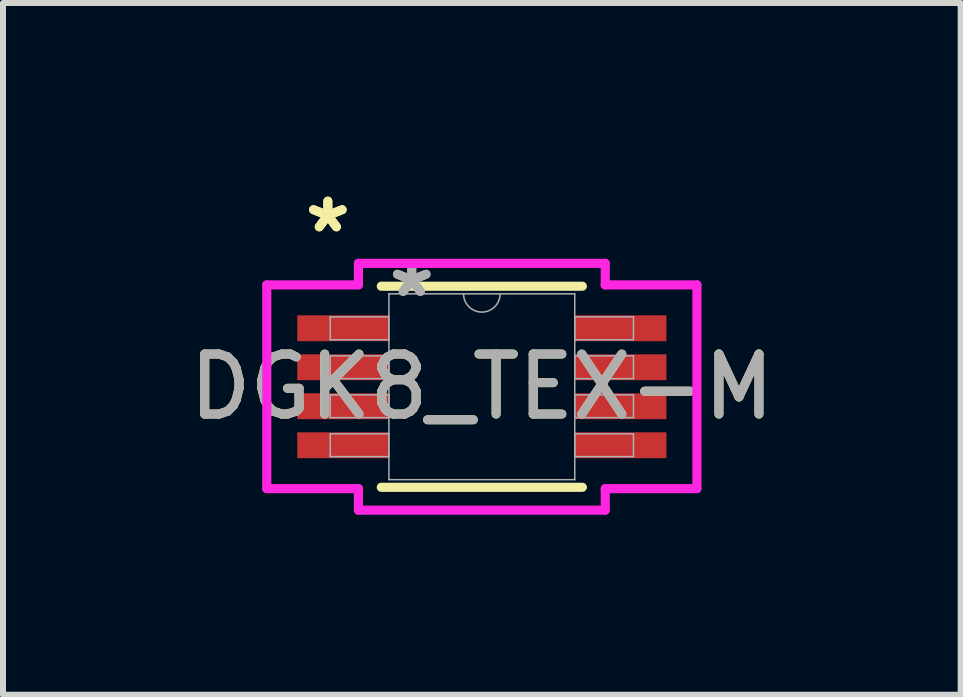
<source format=kicad_pcb>
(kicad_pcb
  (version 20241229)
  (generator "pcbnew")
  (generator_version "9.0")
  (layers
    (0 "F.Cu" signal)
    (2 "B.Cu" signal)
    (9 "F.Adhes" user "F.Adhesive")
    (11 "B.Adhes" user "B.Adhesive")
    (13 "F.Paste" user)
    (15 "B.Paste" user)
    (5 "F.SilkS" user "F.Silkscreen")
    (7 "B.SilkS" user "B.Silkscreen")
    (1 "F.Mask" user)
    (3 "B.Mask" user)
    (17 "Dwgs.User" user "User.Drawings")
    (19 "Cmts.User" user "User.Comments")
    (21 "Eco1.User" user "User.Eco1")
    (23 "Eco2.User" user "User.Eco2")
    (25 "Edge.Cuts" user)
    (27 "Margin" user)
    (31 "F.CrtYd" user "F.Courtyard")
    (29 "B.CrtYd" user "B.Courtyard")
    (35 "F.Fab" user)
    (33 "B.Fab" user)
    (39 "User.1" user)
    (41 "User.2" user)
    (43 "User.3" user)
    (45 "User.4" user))
  (footprint "DGK8_TEX-M"
    (layer "F.Cu")
    (at 4.982 3.397)
    (property "Reference" "DGK8_TEX-M" (at 0 0 0) (unlocked yes) (layer "F.SilkS") (effects (font (size 1 1) (thickness 0.15))))
    (attr smd)
    (fp_line (start -1.676 1.676) (end 1.676 1.676) (stroke (width 0.152) (type solid)) (layer "F.SilkS"))
    (fp_line (start 1.676 -1.676) (end -1.676 -1.676) (stroke (width 0.152) (type solid)) (layer "F.SilkS"))
    (fp_line (start -3.585 -1.698) (end -2.057 -1.698) (stroke (width 0.152) (type solid)) (layer "F.CrtYd"))
    (fp_line (start -3.585 1.698) (end -3.585 -1.698) (stroke (width 0.152) (type solid)) (layer "F.CrtYd"))
    (fp_line (start -3.585 1.698) (end -2.057 1.698) (stroke (width 0.152) (type solid)) (layer "F.CrtYd"))
    (fp_line (start -2.057 -2.057) (end 2.057 -2.057) (stroke (width 0.152) (type solid)) (layer "F.CrtYd"))
    (fp_line (start -2.057 -1.698) (end -2.057 -2.057) (stroke (width 0.152) (type solid)) (layer "F.CrtYd"))
    (fp_line (start -2.057 2.057) (end -2.057 1.698) (stroke (width 0.152) (type solid)) (layer "F.CrtYd"))
    (fp_line (start 2.057 -2.057) (end 2.057 -1.698) (stroke (width 0.152) (type solid)) (layer "F.CrtYd"))
    (fp_line (start 2.057 1.698) (end 2.057 2.057) (stroke (width 0.152) (type solid)) (layer "F.CrtYd"))
    (fp_line (start 2.057 2.057) (end -2.057 2.057) (stroke (width 0.152) (type solid)) (layer "F.CrtYd"))
    (fp_line (start 3.585 -1.698) (end 2.057 -1.698) (stroke (width 0.152) (type solid)) (layer "F.CrtYd"))
    (fp_line (start 3.585 -1.698) (end 3.585 1.698) (stroke (width 0.152) (type solid)) (layer "F.CrtYd"))
    (fp_line (start 3.585 1.698) (end 2.057 1.698) (stroke (width 0.152) (type solid)) (layer "F.CrtYd"))
    (fp_line (start -2.527 -1.165) (end -2.527 -0.784) (stroke (width 0.025) (type solid)) (layer "F.Fab"))
    (fp_line (start -2.527 -0.784) (end -1.549 -0.784) (stroke (width 0.025) (type solid)) (layer "F.Fab"))
    (fp_line (start -2.527 -0.515) (end -2.527 -0.135) (stroke (width 0.025) (type solid)) (layer "F.Fab"))
    (fp_line (start -2.527 -0.135) (end -1.549 -0.135) (stroke (width 0.025) (type solid)) (layer "F.Fab"))
    (fp_line (start -2.527 0.135) (end -2.527 0.515) (stroke (width 0.025) (type solid)) (layer "F.Fab"))
    (fp_line (start -2.527 0.515) (end -1.549 0.515) (stroke (width 0.025) (type solid)) (layer "F.Fab"))
    (fp_line (start -2.527 0.784) (end -2.527 1.165) (stroke (width 0.025) (type solid)) (layer "F.Fab"))
    (fp_line (start -2.527 1.165) (end -1.549 1.165) (stroke (width 0.025) (type solid)) (layer "F.Fab"))
    (fp_line (start -1.549 -1.549) (end -1.549 1.549) (stroke (width 0.025) (type solid)) (layer "F.Fab"))
    (fp_line (start -1.549 -1.165) (end -2.527 -1.165) (stroke (width 0.025) (type solid)) (layer "F.Fab"))
    (fp_line (start -1.549 -0.784) (end -1.549 -1.165) (stroke (width 0.025) (type solid)) (layer "F.Fab"))
    (fp_line (start -1.549 -0.515) (end -2.527 -0.515) (stroke (width 0.025) (type solid)) (layer "F.Fab"))
    (fp_line (start -1.549 -0.135) (end -1.549 -0.515) (stroke (width 0.025) (type solid)) (layer "F.Fab"))
    (fp_line (start -1.549 0.135) (end -2.527 0.135) (stroke (width 0.025) (type solid)) (layer "F.Fab"))
    (fp_line (start -1.549 0.515) (end -1.549 0.135) (stroke (width 0.025) (type solid)) (layer "F.Fab"))
    (fp_line (start -1.549 0.784) (end -2.527 0.784) (stroke (width 0.025) (type solid)) (layer "F.Fab"))
    (fp_line (start -1.549 1.165) (end -1.549 0.784) (stroke (width 0.025) (type solid)) (layer "F.Fab"))
    (fp_line (start -1.549 1.549) (end 1.549 1.549) (stroke (width 0.025) (type solid)) (layer "F.Fab"))
    (fp_line (start 1.549 -1.549) (end -1.549 -1.549) (stroke (width 0.025) (type solid)) (layer "F.Fab"))
    (fp_line (start 1.549 -1.165) (end 1.549 -0.784) (stroke (width 0.025) (type solid)) (layer "F.Fab"))
    (fp_line (start 1.549 -0.784) (end 2.527 -0.784) (stroke (width 0.025) (type solid)) (layer "F.Fab"))
    (fp_line (start 1.549 -0.515) (end 1.549 -0.135) (stroke (width 0.025) (type solid)) (layer "F.Fab"))
    (fp_line (start 1.549 -0.135) (end 2.527 -0.135) (stroke (width 0.025) (type solid)) (layer "F.Fab"))
    (fp_line (start 1.549 0.135) (end 1.549 0.515) (stroke (width 0.025) (type solid)) (layer "F.Fab"))
    (fp_line (start 1.549 0.515) (end 2.527 0.515) (stroke (width 0.025) (type solid)) (layer "F.Fab"))
    (fp_line (start 1.549 0.784) (end 1.549 1.165) (stroke (width 0.025) (type solid)) (layer "F.Fab"))
    (fp_line (start 1.549 1.165) (end 2.527 1.165) (stroke (width 0.025) (type solid)) (layer "F.Fab"))
    (fp_line (start 1.549 1.549) (end 1.549 -1.549) (stroke (width 0.025) (type solid)) (layer "F.Fab"))
    (fp_line (start 2.527 -1.165) (end 1.549 -1.165) (stroke (width 0.025) (type solid)) (layer "F.Fab"))
    (fp_line (start 2.527 -0.784) (end 2.527 -1.165) (stroke (width 0.025) (type solid)) (layer "F.Fab"))
    (fp_line (start 2.527 -0.515) (end 1.549 -0.515) (stroke (width 0.025) (type solid)) (layer "F.Fab"))
    (fp_line (start 2.527 -0.135) (end 2.527 -0.515) (stroke (width 0.025) (type solid)) (layer "F.Fab"))
    (fp_line (start 2.527 0.135) (end 1.549 0.135) (stroke (width 0.025) (type solid)) (layer "F.Fab"))
    (fp_line (start 2.527 0.515) (end 2.527 0.135) (stroke (width 0.025) (type solid)) (layer "F.Fab"))
    (fp_line (start 2.527 0.784) (end 1.549 0.784) (stroke (width 0.025) (type solid)) (layer "F.Fab"))
    (fp_line (start 2.527 1.165) (end 2.527 0.784) (stroke (width 0.025) (type solid)) (layer "F.Fab"))
    (fp_arc (start 0.3048 -1.5494) (mid 0 -1.2446) (end -0.3048 -1.5494) (stroke (width 0.0254) (type solid)) (layer "F.Fab"))
    (fp_text user "*" (at -2.567 -2.549 0) (unlocked yes) (layer "F.SilkS") (effects (font (size 1 1) (thickness 0.15))))
    (fp_text user "*" (at -2.567 -2.549 0) (layer "F.SilkS") (effects (font (size 1 1) (thickness 0.15))))
    (fp_text user "${REFERENCE}" (at 0 0 0) (unlocked yes) (layer "F.Fab") (effects (font (size 1 1) (thickness 0.15))))
    (fp_text user "*" (at -1.168 -1.473 0) (unlocked yes) (layer "F.Fab") (effects (font (size 1 1) (thickness 0.15))))
    (fp_text user "*" (at -1.168 -1.473 0) (layer "F.Fab") (effects (font (size 1 1) (thickness 0.15))))
    (pad "1" smd rect (at -2.313 -0.975) (size 1.528 0.431) (layers "F.Cu" "F.Mask" "F.Paste"))
    (pad "2" smd rect (at -2.313 -0.325) (size 1.528 0.431) (layers "F.Cu" "F.Mask" "F.Paste"))
    (pad "3" smd rect (at -2.313 0.325) (size 1.528 0.431) (layers "F.Cu" "F.Mask" "F.Paste"))
    (pad "4" smd rect (at -2.313 0.975) (size 1.528 0.431) (layers "F.Cu" "F.Mask" "F.Paste"))
    (pad "5" smd rect (at 2.313 0.975) (size 1.528 0.431) (layers "F.Cu" "F.Mask" "F.Paste"))
    (pad "6" smd rect (at 2.313 0.325) (size 1.528 0.431) (layers "F.Cu" "F.Mask" "F.Paste"))
    (pad "7" smd rect (at 2.313 -0.325) (size 1.528 0.431) (layers "F.Cu" "F.Mask" "F.Paste"))
    (pad "8" smd rect (at 2.313 -0.975) (size 1.528 0.431) (layers "F.Cu" "F.Mask" "F.Paste")))
  (gr_rect
    (start -3 -3)
    (end 12.964 8.531)
    (stroke (width 0.1) (type default))
    (fill no)
    (layer "Edge.Cuts")))
</source>
